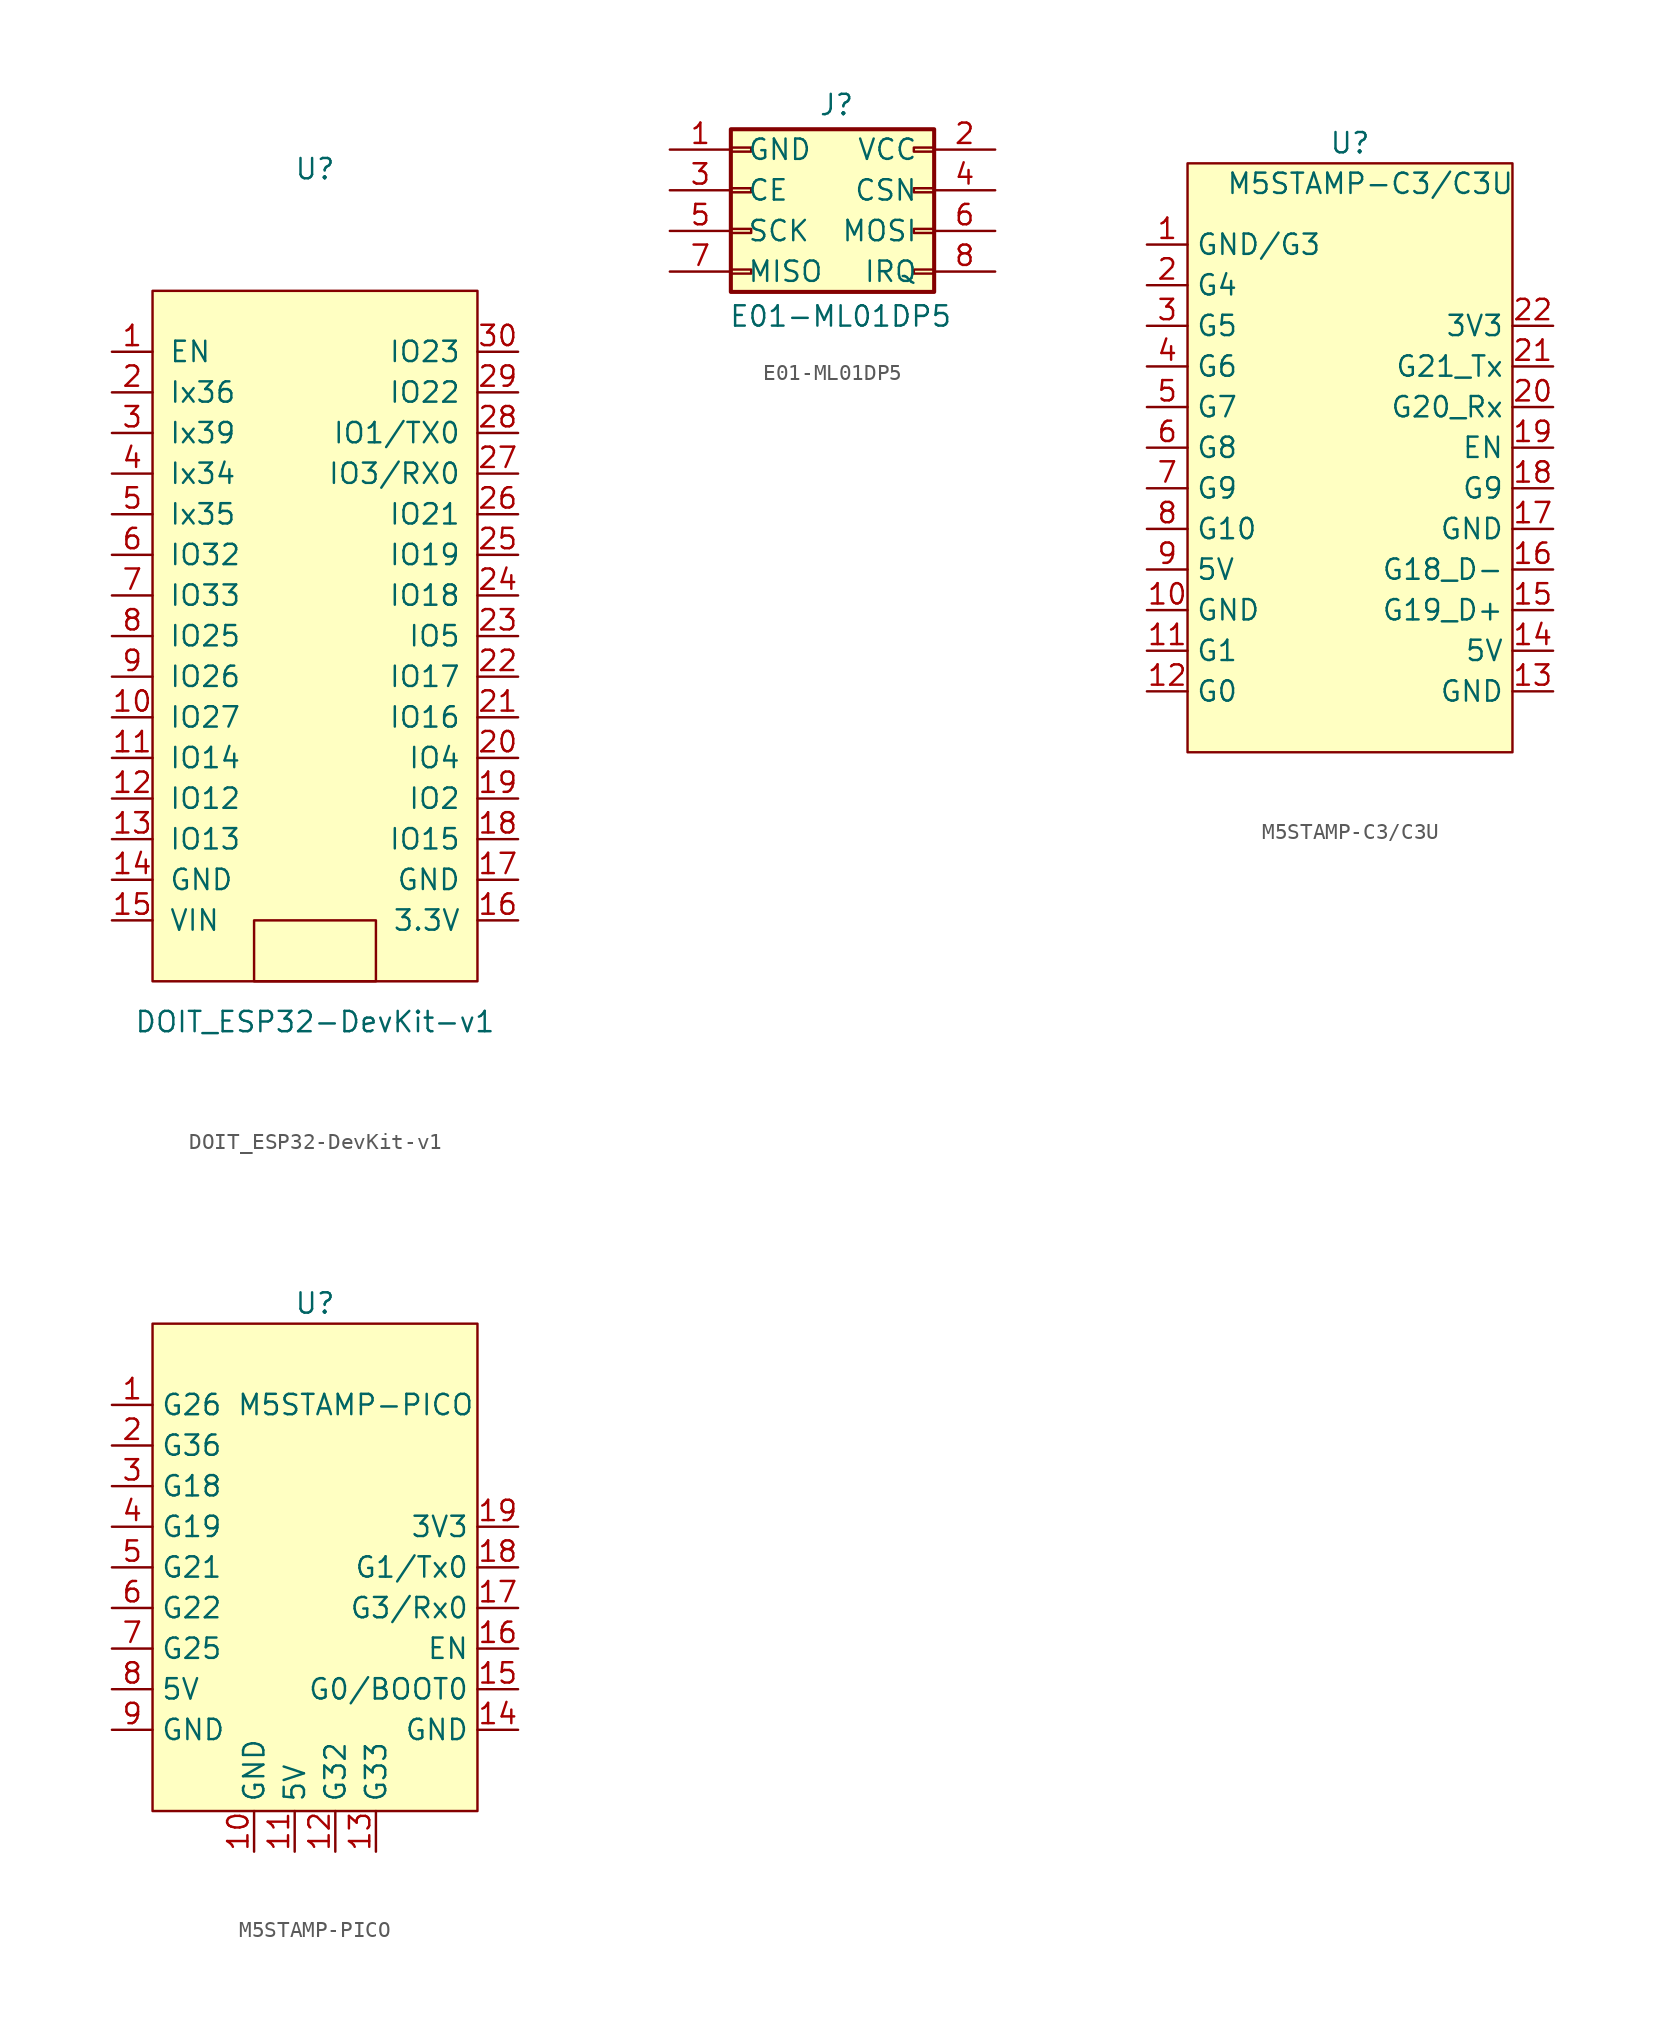
<source format=kicad_sym>
(kicad_symbol_lib
  (version 20231120)
  (generator "kicad_symbol_editor")
  (generator_version "8.0")
  (symbol "DOIT_ESP32-DevKit-v1"
    (pin_names
      (offset 1.016))
    (property "Reference" "U"
      (at 0 26.67 0)
      (effects (font (size 1.27 1.27))))
    (property "Value" "DOIT_ESP32-DevKit-v1"
      (at 0 -26.67 0)
      (effects (font (size 1.27 1.27))))
    (symbol "DOIT_ESP32-DevKit-v1_0_1"
      (rectangle (start -10.16 19.05) (end 10.16 -24.13) (stroke (width 0) (type default)) (fill (type background)))
      (rectangle (start -3.81 -20.32) (end 3.81 -24.13) (stroke (width 0) (type default)) (fill (type none))))
    (symbol "DOIT_ESP32-DevKit-v1_1_1"
      (pin input line (at -12.7 15.24 0) (length 2.54) (name "EN" (effects (font (size 1.27 1.27)))) (number "1" (effects (font (size 1.27 1.27)))))
      (pin bidirectional line (at -12.7 -7.62 0) (length 2.54) (name "IO27" (effects (font (size 1.27 1.27)))) (number "10" (effects (font (size 1.27 1.27)))))
      (pin bidirectional line (at -12.7 -10.16 0) (length 2.54) (name "IO14" (effects (font (size 1.27 1.27)))) (number "11" (effects (font (size 1.27 1.27)))))
      (pin bidirectional line (at -12.7 -12.7 0) (length 2.54) (name "IO12" (effects (font (size 1.27 1.27)))) (number "12" (effects (font (size 1.27 1.27)))))
      (pin bidirectional line (at -12.7 -15.24 0) (length 2.54) (name "IO13" (effects (font (size 1.27 1.27)))) (number "13" (effects (font (size 1.27 1.27)))))
      (pin power_in line (at -12.7 -17.78 0) (length 2.54) (name "GND" (effects (font (size 1.27 1.27)))) (number "14" (effects (font (size 1.27 1.27)))))
      (pin power_in line (at -12.7 -20.32 0) (length 2.54) (name "VIN" (effects (font (size 1.27 1.27)))) (number "15" (effects (font (size 1.27 1.27)))))
      (pin power_in line (at 12.7 -20.32 180) (length 2.54) (name "3.3V" (effects (font (size 1.27 1.27)))) (number "16" (effects (font (size 1.27 1.27)))))
      (pin power_in line (at 12.7 -17.78 180) (length 2.54) (name "GND" (effects (font (size 1.27 1.27)))) (number "17" (effects (font (size 1.27 1.27)))))
      (pin bidirectional line (at 12.7 -15.24 180) (length 2.54) (name "IO15" (effects (font (size 1.27 1.27)))) (number "18" (effects (font (size 1.27 1.27)))))
      (pin bidirectional line (at 12.7 -12.7 180) (length 2.54) (name "IO2" (effects (font (size 1.27 1.27)))) (number "19" (effects (font (size 1.27 1.27)))))
      (pin input line (at -12.7 12.7 0) (length 2.54) (name "Ix36" (effects (font (size 1.27 1.27)))) (number "2" (effects (font (size 1.27 1.27)))))
      (pin bidirectional line (at 12.7 -10.16 180) (length 2.54) (name "IO4" (effects (font (size 1.27 1.27)))) (number "20" (effects (font (size 1.27 1.27)))))
      (pin bidirectional line (at 12.7 -7.62 180) (length 2.54) (name "IO16" (effects (font (size 1.27 1.27)))) (number "21" (effects (font (size 1.27 1.27)))))
      (pin bidirectional line (at 12.7 -5.08 180) (length 2.54) (name "IO17" (effects (font (size 1.27 1.27)))) (number "22" (effects (font (size 1.27 1.27)))))
      (pin bidirectional line (at 12.7 -2.54 180) (length 2.54) (name "IO5" (effects (font (size 1.27 1.27)))) (number "23" (effects (font (size 1.27 1.27)))))
      (pin bidirectional line (at 12.7 0 180) (length 2.54) (name "IO18" (effects (font (size 1.27 1.27)))) (number "24" (effects (font (size 1.27 1.27)))))
      (pin bidirectional line (at 12.7 2.54 180) (length 2.54) (name "IO19" (effects (font (size 1.27 1.27)))) (number "25" (effects (font (size 1.27 1.27)))))
      (pin bidirectional line (at 12.7 5.08 180) (length 2.54) (name "IO21" (effects (font (size 1.27 1.27)))) (number "26" (effects (font (size 1.27 1.27)))))
      (pin input line (at 12.7 7.62 180) (length 2.54) (name "IO3/RX0" (effects (font (size 1.27 1.27)))) (number "27" (effects (font (size 1.27 1.27)))))
      (pin output line (at 12.7 10.16 180) (length 2.54) (name "IO1/TX0" (effects (font (size 1.27 1.27)))) (number "28" (effects (font (size 1.27 1.27)))))
      (pin bidirectional line (at 12.7 12.7 180) (length 2.54) (name "IO22" (effects (font (size 1.27 1.27)))) (number "29" (effects (font (size 1.27 1.27)))))
      (pin input line (at -12.7 10.16 0) (length 2.54) (name "Ix39" (effects (font (size 1.27 1.27)))) (number "3" (effects (font (size 1.27 1.27)))))
      (pin bidirectional line (at 12.7 15.24 180) (length 2.54) (name "IO23" (effects (font (size 1.27 1.27)))) (number "30" (effects (font (size 1.27 1.27)))))
      (pin input line (at -12.7 7.62 0) (length 2.54) (name "Ix34" (effects (font (size 1.27 1.27)))) (number "4" (effects (font (size 1.27 1.27)))))
      (pin input line (at -12.7 5.08 0) (length 2.54) (name "Ix35" (effects (font (size 1.27 1.27)))) (number "5" (effects (font (size 1.27 1.27)))))
      (pin bidirectional line (at -12.7 2.54 0) (length 2.54) (name "IO32" (effects (font (size 1.27 1.27)))) (number "6" (effects (font (size 1.27 1.27)))))
      (pin bidirectional line (at -12.7 0 0) (length 2.54) (name "IO33" (effects (font (size 1.27 1.27)))) (number "7" (effects (font (size 1.27 1.27)))))
      (pin bidirectional line (at -12.7 -2.54 0) (length 2.54) (name "IO25" (effects (font (size 1.27 1.27)))) (number "8" (effects (font (size 1.27 1.27)))))
      (pin bidirectional line (at -12.7 -5.08 0) (length 2.54) (name "IO26" (effects (font (size 1.27 1.27)))) (number "9" (effects (font (size 1.27 1.27)))))))
  (symbol "E01-ML01DP5"
    (pin_names
      (offset 1.016))
    (property "Reference" "J"
      (at 0.254 5.334 0)
      (effects (font (size 1.27 1.27))))
    (property "Value" "E01-ML01DP5"
      (at 0.508 -7.874 0)
      (effects (font (size 1.27 1.27))))
    (symbol "E01-ML01DP5_1_1"
      (rectangle (start -6.35 -4.953) (end -5.08 -5.207) (stroke (width 0.152) (type default)) (fill (type none)))
      (rectangle (start -6.35 -2.413) (end -5.08 -2.667) (stroke (width 0.152) (type default)) (fill (type none)))
      (rectangle (start -6.35 0.127) (end -5.08 -0.127) (stroke (width 0.152) (type default)) (fill (type none)))
      (rectangle (start -6.35 2.667) (end -5.08 2.413) (stroke (width 0.152) (type default)) (fill (type none)))
      (rectangle (start -6.35 3.81) (end 6.35 -6.35) (stroke (width 0.254) (type default)) (fill (type background)))
      (rectangle (start 5.08 0.127) (end 6.35 -0.127) (stroke (width 0.152) (type default)) (fill (type none)))
      (rectangle (start 5.08 2.667) (end 6.35 2.413) (stroke (width 0.152) (type default)) (fill (type none)))
      (rectangle (start 6.35 -4.953) (end 5.08 -5.207) (stroke (width 0.152) (type default)) (fill (type none)))
      (rectangle (start 6.35 -2.413) (end 5.08 -2.667) (stroke (width 0.152) (type default)) (fill (type none)))
      (pin passive line (at -10.16 2.54 0) (length 3.81) (name "GND" (effects (font (size 1.27 1.27)))) (number "1" (effects (font (size 1.27 1.27)))))
      (pin passive line (at 10.16 2.54 180) (length 3.81) (name "VCC" (effects (font (size 1.27 1.27)))) (number "2" (effects (font (size 1.27 1.27)))))
      (pin passive line (at -10.16 0 0) (length 3.81) (name "CE" (effects (font (size 1.27 1.27)))) (number "3" (effects (font (size 1.27 1.27)))))
      (pin passive line (at 10.16 0 180) (length 3.81) (name "CSN" (effects (font (size 1.27 1.27)))) (number "4" (effects (font (size 1.27 1.27)))))
      (pin passive line (at -10.16 -2.54 0) (length 3.81) (name "SCK" (effects (font (size 1.27 1.27)))) (number "5" (effects (font (size 1.27 1.27)))))
      (pin passive line (at 10.16 -2.54 180) (length 3.81) (name "MOSI" (effects (font (size 1.27 1.27)))) (number "6" (effects (font (size 1.27 1.27)))))
      (pin passive line (at -10.16 -5.08 0) (length 3.81) (name "MISO" (effects (font (size 1.27 1.27)))) (number "7" (effects (font (size 1.27 1.27)))))
      (pin passive line (at 10.16 -5.08 180) (length 3.81) (name "IRQ" (effects (font (size 1.27 1.27)))) (number "8" (effects (font (size 1.27 1.27)))))))
  (symbol "M5STAMP-C3/C3U"
    (property "Reference" "U"
      (at 0 20.32 0)
      (effects (font (size 1.27 1.27))))
    (property "Value" "M5STAMP-C3/C3U"
      (at 1.27 17.78 0)
      (effects (font (size 1.27 1.27))))
    (symbol "M5STAMP-C3/C3U_0_1"
      (rectangle (start -10.16 19.05) (end 10.16 -17.78) (stroke (width 0.152) (type default)) (fill (type background))))
    (symbol "M5STAMP-C3/C3U_1_1"
      (pin bidirectional line (at -12.7 13.97 0) (length 2.54) (name "GND/G3" (effects (font (size 1.27 1.27)))) (number "1" (effects (font (size 1.27 1.27)))))
      (pin power_in line (at -12.7 -8.89 0) (length 2.54) (name "GND" (effects (font (size 1.27 1.27)))) (number "10" (effects (font (size 1.27 1.27)))))
      (pin bidirectional line (at -12.7 -11.43 0) (length 2.54) (name "G1" (effects (font (size 1.27 1.27)))) (number "11" (effects (font (size 1.27 1.27)))))
      (pin bidirectional line (at -12.7 -13.97 0) (length 2.54) (name "G0" (effects (font (size 1.27 1.27)))) (number "12" (effects (font (size 1.27 1.27)))))
      (pin power_in line (at 12.7 -13.97 180) (length 2.54) (name "GND" (effects (font (size 1.27 1.27)))) (number "13" (effects (font (size 1.27 1.27)))))
      (pin power_in line (at 12.7 -11.43 180) (length 2.54) (name "5V" (effects (font (size 1.27 1.27)))) (number "14" (effects (font (size 1.27 1.27)))))
      (pin bidirectional line (at 12.7 -8.89 180) (length 2.54) (name "G19_D+" (effects (font (size 1.27 1.27)))) (number "15" (effects (font (size 1.27 1.27)))))
      (pin bidirectional line (at 12.7 -6.35 180) (length 2.54) (name "G18_D-" (effects (font (size 1.27 1.27)))) (number "16" (effects (font (size 1.27 1.27)))))
      (pin power_in line (at 12.7 -3.81 180) (length 2.54) (name "GND" (effects (font (size 1.27 1.27)))) (number "17" (effects (font (size 1.27 1.27)))))
      (pin bidirectional line (at 12.7 -1.27 180) (length 2.54) (name "G9" (effects (font (size 1.27 1.27)))) (number "18" (effects (font (size 1.27 1.27)))))
      (pin input line (at 12.7 1.27 180) (length 2.54) (name "EN" (effects (font (size 1.27 1.27)))) (number "19" (effects (font (size 1.27 1.27)))))
      (pin bidirectional line (at -12.7 11.43 0) (length 2.54) (name "G4" (effects (font (size 1.27 1.27)))) (number "2" (effects (font (size 1.27 1.27)))))
      (pin bidirectional line (at 12.7 3.81 180) (length 2.54) (name "G20_Rx" (effects (font (size 1.27 1.27)))) (number "20" (effects (font (size 1.27 1.27)))))
      (pin bidirectional line (at 12.7 6.35 180) (length 2.54) (name "G21_Tx" (effects (font (size 1.27 1.27)))) (number "21" (effects (font (size 1.27 1.27)))))
      (pin power_out line (at 12.7 8.89 180) (length 2.54) (name "3V3" (effects (font (size 1.27 1.27)))) (number "22" (effects (font (size 1.27 1.27)))))
      (pin bidirectional line (at -12.7 8.89 0) (length 2.54) (name "G5" (effects (font (size 1.27 1.27)))) (number "3" (effects (font (size 1.27 1.27)))))
      (pin bidirectional line (at -12.7 6.35 0) (length 2.54) (name "G6" (effects (font (size 1.27 1.27)))) (number "4" (effects (font (size 1.27 1.27)))))
      (pin bidirectional line (at -12.7 3.81 0) (length 2.54) (name "G7" (effects (font (size 1.27 1.27)))) (number "5" (effects (font (size 1.27 1.27)))))
      (pin bidirectional line (at -12.7 1.27 0) (length 2.54) (name "G8" (effects (font (size 1.27 1.27)))) (number "6" (effects (font (size 1.27 1.27)))))
      (pin bidirectional line (at -12.7 -1.27 0) (length 2.54) (name "G9" (effects (font (size 1.27 1.27)))) (number "7" (effects (font (size 1.27 1.27)))))
      (pin bidirectional line (at -12.7 -3.81 0) (length 2.54) (name "G10" (effects (font (size 1.27 1.27)))) (number "8" (effects (font (size 1.27 1.27)))))
      (pin power_in line (at -12.7 -6.35 0) (length 2.54) (name "5V" (effects (font (size 1.27 1.27)))) (number "9" (effects (font (size 1.27 1.27)))))))
  (symbol "M5STAMP-PICO"
    (property "Reference" "U"
      (at 0 20.32 0)
      (effects (font (size 1.27 1.27))))
    (property "Value" "M5STAMP-PICO"
      (at 2.54 13.97 0)
      (effects (font (size 1.27 1.27))))
    (symbol "M5STAMP-PICO_0_1"
      (rectangle (start -10.16 19.05) (end 10.16 -11.43) (stroke (width 0.152) (type default)) (fill (type background))))
    (symbol "M5STAMP-PICO_1_1"
      (pin bidirectional line (at -12.7 13.97 0) (length 2.54) (name "G26" (effects (font (size 1.27 1.27)))) (number "1" (effects (font (size 1.27 1.27)))))
      (pin power_in line (at -3.81 -13.97 90) (length 2.54) (name "GND" (effects (font (size 1.27 1.27)))) (number "10" (effects (font (size 1.27 1.27)))))
      (pin power_in line (at -1.27 -13.97 90) (length 2.54) (name "5V" (effects (font (size 1.27 1.27)))) (number "11" (effects (font (size 1.27 1.27)))))
      (pin bidirectional line (at 1.27 -13.97 90) (length 2.54) (name "G32" (effects (font (size 1.27 1.27)))) (number "12" (effects (font (size 1.27 1.27)))))
      (pin bidirectional line (at 3.81 -13.97 90) (length 2.54) (name "G33" (effects (font (size 1.27 1.27)))) (number "13" (effects (font (size 1.27 1.27)))))
      (pin power_in line (at 12.7 -6.35 180) (length 2.54) (name "GND" (effects (font (size 1.27 1.27)))) (number "14" (effects (font (size 1.27 1.27)))))
      (pin bidirectional line (at 12.7 -3.81 180) (length 2.54) (name "G0/BOOT0" (effects (font (size 1.27 1.27)))) (number "15" (effects (font (size 1.27 1.27)))))
      (pin input line (at 12.7 -1.27 180) (length 2.54) (name "EN" (effects (font (size 1.27 1.27)))) (number "16" (effects (font (size 1.27 1.27)))))
      (pin bidirectional line (at 12.7 1.27 180) (length 2.54) (name "G3/Rx0" (effects (font (size 1.27 1.27)))) (number "17" (effects (font (size 1.27 1.27)))))
      (pin bidirectional line (at 12.7 3.81 180) (length 2.54) (name "G1/Tx0" (effects (font (size 1.27 1.27)))) (number "18" (effects (font (size 1.27 1.27)))))
      (pin power_out line (at 12.7 6.35 180) (length 2.54) (name "3V3" (effects (font (size 1.27 1.27)))) (number "19" (effects (font (size 1.27 1.27)))))
      (pin bidirectional line (at -12.7 11.43 0) (length 2.54) (name "G36" (effects (font (size 1.27 1.27)))) (number "2" (effects (font (size 1.27 1.27)))))
      (pin bidirectional line (at -12.7 8.89 0) (length 2.54) (name "G18" (effects (font (size 1.27 1.27)))) (number "3" (effects (font (size 1.27 1.27)))))
      (pin bidirectional line (at -12.7 6.35 0) (length 2.54) (name "G19" (effects (font (size 1.27 1.27)))) (number "4" (effects (font (size 1.27 1.27)))))
      (pin bidirectional line (at -12.7 3.81 0) (length 2.54) (name "G21" (effects (font (size 1.27 1.27)))) (number "5" (effects (font (size 1.27 1.27)))))
      (pin bidirectional line (at -12.7 1.27 0) (length 2.54) (name "G22" (effects (font (size 1.27 1.27)))) (number "6" (effects (font (size 1.27 1.27)))))
      (pin bidirectional line (at -12.7 -1.27 0) (length 2.54) (name "G25" (effects (font (size 1.27 1.27)))) (number "7" (effects (font (size 1.27 1.27)))))
      (pin power_in line (at -12.7 -3.81 0) (length 2.54) (name "5V" (effects (font (size 1.27 1.27)))) (number "8" (effects (font (size 1.27 1.27)))))
      (pin power_in line (at -12.7 -6.35 0) (length 2.54) (name "GND" (effects (font (size 1.27 1.27)))) (number "9" (effects (font (size 1.27 1.27))))))))
</source>
